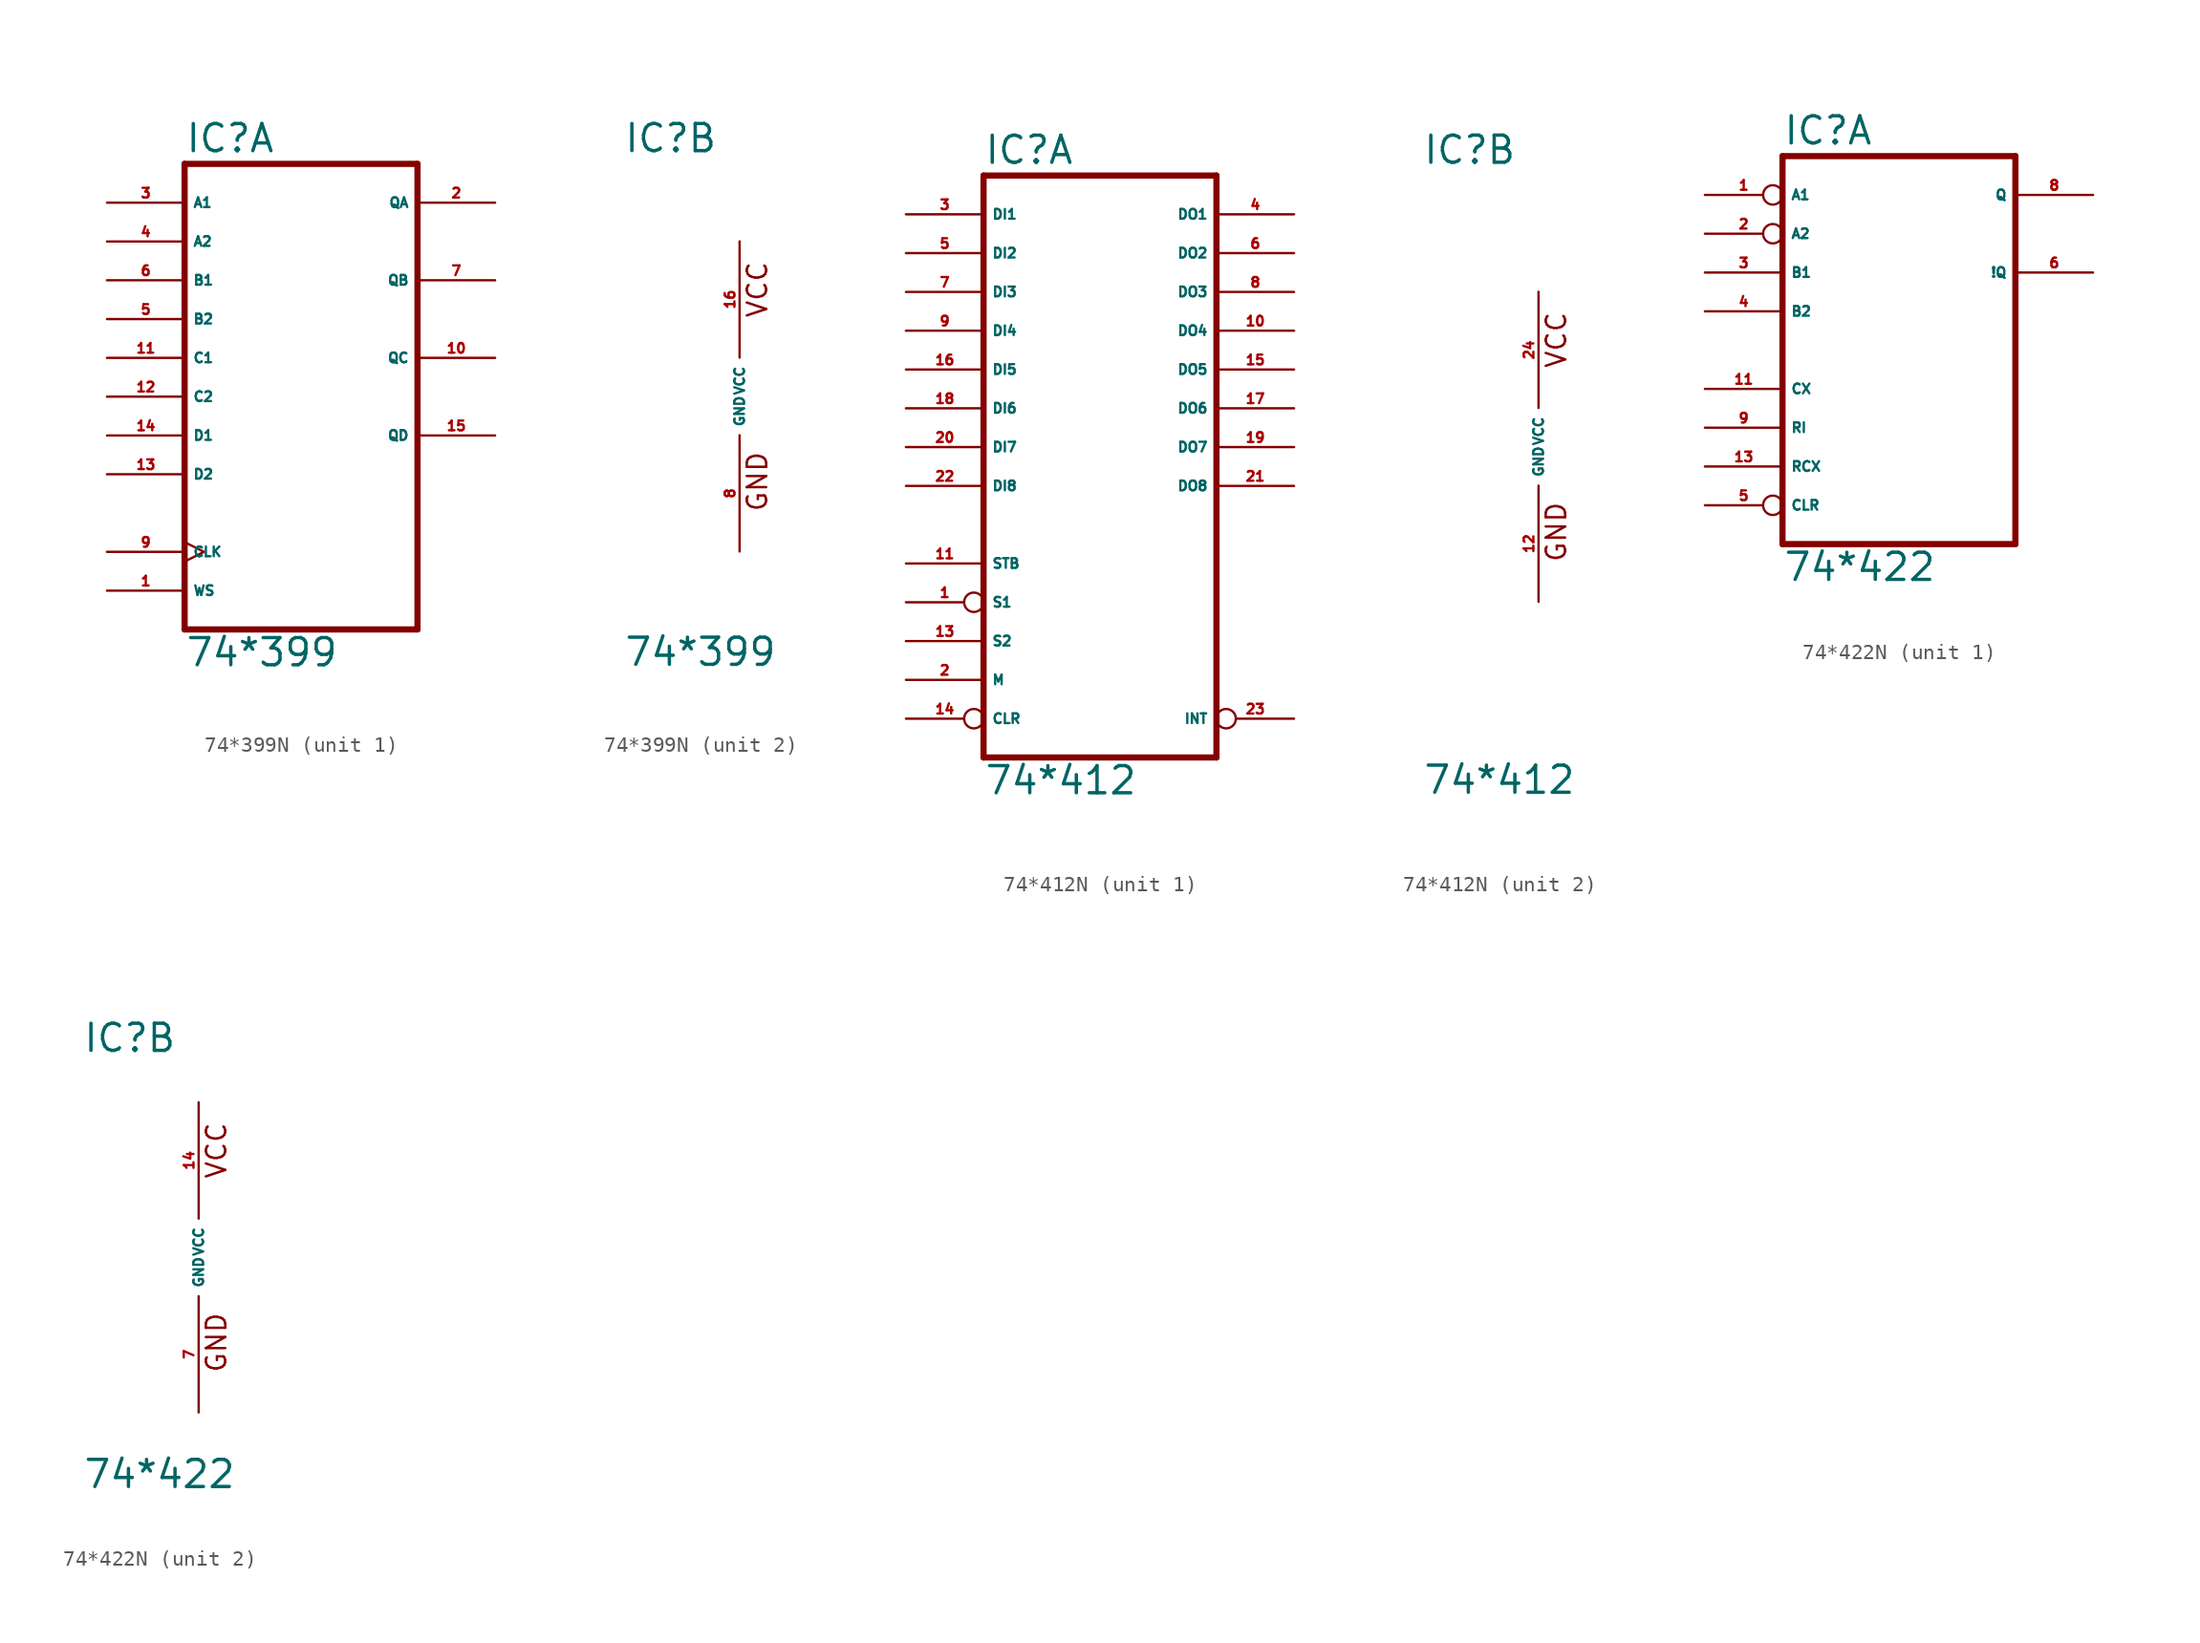
<source format=kicad_sym>
(kicad_symbol_lib
  (version 20220914)
  (generator Eagle2Kicad)
  (symbol "74*399N"
    (property "Reference" "IC"
      (at -7.62 15.875 0)
      (effects (font (size 1.778 1.778) (thickness 0.22)) (justify left bottom)))
    (property "Value" "74*399"
      (at -7.62 -17.78 0)
      (effects (font (size 1.778 1.778) (thickness 0.22)) (justify left bottom)))
    (symbol "74*399N_1_0"
      (polyline (pts (xy -7.62 -15.24) (xy 7.62 -15.24)) (stroke (width 0.406) (type default)) (fill (type none)))
      (polyline (pts (xy 7.62 -15.24) (xy 7.62 15.24)) (stroke (width 0.406) (type default)) (fill (type none)))
      (polyline (pts (xy 7.62 15.24) (xy -7.62 15.24)) (stroke (width 0.406) (type default)) (fill (type none)))
      (polyline (pts (xy -7.62 15.24) (xy -7.62 -15.24)) (stroke (width 0.406) (type default)) (fill (type none)))
      (pin input line (at -12.7 -12.7 0) (length 5.08) (name "WS" (effects (font (size 0.635 0.635) (thickness 0.08)) (justify left bottom))) (number "1" (effects (font (size 0.635 0.635) (thickness 0.08)) (justify left bottom))))
      (pin output line (at 12.7 12.7 180) (length 5.08) (name "QA" (effects (font (size 0.635 0.635) (thickness 0.08)) (justify left bottom))) (number "2" (effects (font (size 0.635 0.635) (thickness 0.08)) (justify left bottom))))
      (pin input line (at -12.7 12.7 0) (length 5.08) (name "A1" (effects (font (size 0.635 0.635) (thickness 0.08)) (justify left bottom))) (number "3" (effects (font (size 0.635 0.635) (thickness 0.08)) (justify left bottom))))
      (pin input line (at -12.7 10.16 0) (length 5.08) (name "A2" (effects (font (size 0.635 0.635) (thickness 0.08)) (justify left bottom))) (number "4" (effects (font (size 0.635 0.635) (thickness 0.08)) (justify left bottom))))
      (pin input line (at -12.7 5.08 0) (length 5.08) (name "B2" (effects (font (size 0.635 0.635) (thickness 0.08)) (justify left bottom))) (number "5" (effects (font (size 0.635 0.635) (thickness 0.08)) (justify left bottom))))
      (pin input line (at -12.7 7.62 0) (length 5.08) (name "B1" (effects (font (size 0.635 0.635) (thickness 0.08)) (justify left bottom))) (number "6" (effects (font (size 0.635 0.635) (thickness 0.08)) (justify left bottom))))
      (pin output line (at 12.7 7.62 180) (length 5.08) (name "QB" (effects (font (size 0.635 0.635) (thickness 0.08)) (justify left bottom))) (number "7" (effects (font (size 0.635 0.635) (thickness 0.08)) (justify left bottom))))
      (pin input clock (at -12.7 -10.16 0) (length 5.08) (name "CLK" (effects (font (size 0.635 0.635) (thickness 0.08)) (justify left bottom))) (number "9" (effects (font (size 0.635 0.635) (thickness 0.08)) (justify left bottom))))
      (pin output line (at 12.7 2.54 180) (length 5.08) (name "QC" (effects (font (size 0.635 0.635) (thickness 0.08)) (justify left bottom))) (number "10" (effects (font (size 0.635 0.635) (thickness 0.08)) (justify left bottom))))
      (pin input line (at -12.7 2.54 0) (length 5.08) (name "C1" (effects (font (size 0.635 0.635) (thickness 0.08)) (justify left bottom))) (number "11" (effects (font (size 0.635 0.635) (thickness 0.08)) (justify left bottom))))
      (pin input line (at -12.7 0 0) (length 5.08) (name "C2" (effects (font (size 0.635 0.635) (thickness 0.08)) (justify left bottom))) (number "12" (effects (font (size 0.635 0.635) (thickness 0.08)) (justify left bottom))))
      (pin input line (at -12.7 -5.08 0) (length 5.08) (name "D2" (effects (font (size 0.635 0.635) (thickness 0.08)) (justify left bottom))) (number "13" (effects (font (size 0.635 0.635) (thickness 0.08)) (justify left bottom))))
      (pin input line (at -12.7 -2.54 0) (length 5.08) (name "D1" (effects (font (size 0.635 0.635) (thickness 0.08)) (justify left bottom))) (number "14" (effects (font (size 0.635 0.635) (thickness 0.08)) (justify left bottom))))
      (pin output line (at 12.7 -2.54 180) (length 5.08) (name "QD" (effects (font (size 0.635 0.635) (thickness 0.08)) (justify left bottom))) (number "15" (effects (font (size 0.635 0.635) (thickness 0.08)) (justify left bottom)))))
    (symbol "74*399N_2_0"
      (text "GND" (at 1.905 -7.62 900) (effects (font (size 1.27 1.27) (thickness 0.16)) (justify left bottom)))
      (text "VCC" (at 1.905 5.08 900) (effects (font (size 1.27 1.27) (thickness 0.16)) (justify left bottom)))
      (pin unspecified line (at 0 -10.16 90) (length 7.62) (name "GND" (effects (font (size 0.635 0.635) (thickness 0.08)) (justify left bottom))) (number "8" (effects (font (size 0.635 0.635) (thickness 0.08)) (justify left bottom))))
      (pin unspecified line (at 0 10.16 270) (length 7.62) (name "VCC" (effects (font (size 0.635 0.635) (thickness 0.08)) (justify left bottom))) (number "16" (effects (font (size 0.635 0.635) (thickness 0.08)) (justify left bottom))))))
  (symbol "74*412N"
    (property "Reference" "IC"
      (at -7.62 18.415 0)
      (effects (font (size 1.778 1.778) (thickness 0.22)) (justify left bottom)))
    (property "Value" "74*412"
      (at -7.62 -22.86 0)
      (effects (font (size 1.778 1.778) (thickness 0.22)) (justify left bottom)))
    (symbol "74*412N_1_0"
      (polyline (pts (xy -7.62 -20.32) (xy 7.62 -20.32)) (stroke (width 0.406) (type default)) (fill (type none)))
      (polyline (pts (xy 7.62 -20.32) (xy 7.62 17.78)) (stroke (width 0.406) (type default)) (fill (type none)))
      (polyline (pts (xy 7.62 17.78) (xy -7.62 17.78)) (stroke (width 0.406) (type default)) (fill (type none)))
      (polyline (pts (xy -7.62 17.78) (xy -7.62 -20.32)) (stroke (width 0.406) (type default)) (fill (type none)))
      (pin input inverted (at -12.7 -10.16 0) (length 5.08) (name "S1" (effects (font (size 0.635 0.635) (thickness 0.08)) (justify left bottom))) (number "1" (effects (font (size 0.635 0.635) (thickness 0.08)) (justify left bottom))))
      (pin input line (at -12.7 -15.24 0) (length 5.08) (name "M" (effects (font (size 0.635 0.635) (thickness 0.08)) (justify left bottom))) (number "2" (effects (font (size 0.635 0.635) (thickness 0.08)) (justify left bottom))))
      (pin input line (at -12.7 15.24 0) (length 5.08) (name "DI1" (effects (font (size 0.635 0.635) (thickness 0.08)) (justify left bottom))) (number "3" (effects (font (size 0.635 0.635) (thickness 0.08)) (justify left bottom))))
      (pin tri_state line (at 12.7 15.24 180) (length 5.08) (name "DO1" (effects (font (size 0.635 0.635) (thickness 0.08)) (justify left bottom))) (number "4" (effects (font (size 0.635 0.635) (thickness 0.08)) (justify left bottom))))
      (pin input line (at -12.7 12.7 0) (length 5.08) (name "DI2" (effects (font (size 0.635 0.635) (thickness 0.08)) (justify left bottom))) (number "5" (effects (font (size 0.635 0.635) (thickness 0.08)) (justify left bottom))))
      (pin tri_state line (at 12.7 12.7 180) (length 5.08) (name "DO2" (effects (font (size 0.635 0.635) (thickness 0.08)) (justify left bottom))) (number "6" (effects (font (size 0.635 0.635) (thickness 0.08)) (justify left bottom))))
      (pin input line (at -12.7 10.16 0) (length 5.08) (name "DI3" (effects (font (size 0.635 0.635) (thickness 0.08)) (justify left bottom))) (number "7" (effects (font (size 0.635 0.635) (thickness 0.08)) (justify left bottom))))
      (pin tri_state line (at 12.7 10.16 180) (length 5.08) (name "DO3" (effects (font (size 0.635 0.635) (thickness 0.08)) (justify left bottom))) (number "8" (effects (font (size 0.635 0.635) (thickness 0.08)) (justify left bottom))))
      (pin input line (at -12.7 7.62 0) (length 5.08) (name "DI4" (effects (font (size 0.635 0.635) (thickness 0.08)) (justify left bottom))) (number "9" (effects (font (size 0.635 0.635) (thickness 0.08)) (justify left bottom))))
      (pin tri_state line (at 12.7 7.62 180) (length 5.08) (name "DO4" (effects (font (size 0.635 0.635) (thickness 0.08)) (justify left bottom))) (number "10" (effects (font (size 0.635 0.635) (thickness 0.08)) (justify left bottom))))
      (pin input line (at -12.7 -7.62 0) (length 5.08) (name "STB" (effects (font (size 0.635 0.635) (thickness 0.08)) (justify left bottom))) (number "11" (effects (font (size 0.635 0.635) (thickness 0.08)) (justify left bottom))))
      (pin input line (at -12.7 -12.7 0) (length 5.08) (name "S2" (effects (font (size 0.635 0.635) (thickness 0.08)) (justify left bottom))) (number "13" (effects (font (size 0.635 0.635) (thickness 0.08)) (justify left bottom))))
      (pin input inverted (at -12.7 -17.78 0) (length 5.08) (name "CLR" (effects (font (size 0.635 0.635) (thickness 0.08)) (justify left bottom))) (number "14" (effects (font (size 0.635 0.635) (thickness 0.08)) (justify left bottom))))
      (pin tri_state line (at 12.7 5.08 180) (length 5.08) (name "DO5" (effects (font (size 0.635 0.635) (thickness 0.08)) (justify left bottom))) (number "15" (effects (font (size 0.635 0.635) (thickness 0.08)) (justify left bottom))))
      (pin input line (at -12.7 5.08 0) (length 5.08) (name "DI5" (effects (font (size 0.635 0.635) (thickness 0.08)) (justify left bottom))) (number "16" (effects (font (size 0.635 0.635) (thickness 0.08)) (justify left bottom))))
      (pin tri_state line (at 12.7 2.54 180) (length 5.08) (name "DO6" (effects (font (size 0.635 0.635) (thickness 0.08)) (justify left bottom))) (number "17" (effects (font (size 0.635 0.635) (thickness 0.08)) (justify left bottom))))
      (pin input line (at -12.7 2.54 0) (length 5.08) (name "DI6" (effects (font (size 0.635 0.635) (thickness 0.08)) (justify left bottom))) (number "18" (effects (font (size 0.635 0.635) (thickness 0.08)) (justify left bottom))))
      (pin tri_state line (at 12.7 0 180) (length 5.08) (name "DO7" (effects (font (size 0.635 0.635) (thickness 0.08)) (justify left bottom))) (number "19" (effects (font (size 0.635 0.635) (thickness 0.08)) (justify left bottom))))
      (pin input line (at -12.7 0 0) (length 5.08) (name "DI7" (effects (font (size 0.635 0.635) (thickness 0.08)) (justify left bottom))) (number "20" (effects (font (size 0.635 0.635) (thickness 0.08)) (justify left bottom))))
      (pin tri_state line (at 12.7 -2.54 180) (length 5.08) (name "DO8" (effects (font (size 0.635 0.635) (thickness 0.08)) (justify left bottom))) (number "21" (effects (font (size 0.635 0.635) (thickness 0.08)) (justify left bottom))))
      (pin input line (at -12.7 -2.54 0) (length 5.08) (name "DI8" (effects (font (size 0.635 0.635) (thickness 0.08)) (justify left bottom))) (number "22" (effects (font (size 0.635 0.635) (thickness 0.08)) (justify left bottom))))
      (pin output inverted (at 12.7 -17.78 180) (length 5.08) (name "INT" (effects (font (size 0.635 0.635) (thickness 0.08)) (justify left bottom))) (number "23" (effects (font (size 0.635 0.635) (thickness 0.08)) (justify left bottom)))))
    (symbol "74*412N_2_0"
      (text "GND" (at 1.905 -7.62 900) (effects (font (size 1.27 1.27) (thickness 0.16)) (justify left bottom)))
      (text "VCC" (at 1.905 5.08 900) (effects (font (size 1.27 1.27) (thickness 0.16)) (justify left bottom)))
      (pin unspecified line (at 0 -10.16 90) (length 7.62) (name "GND" (effects (font (size 0.635 0.635) (thickness 0.08)) (justify left bottom))) (number "12" (effects (font (size 0.635 0.635) (thickness 0.08)) (justify left bottom))))
      (pin unspecified line (at 0 10.16 270) (length 7.62) (name "VCC" (effects (font (size 0.635 0.635) (thickness 0.08)) (justify left bottom))) (number "24" (effects (font (size 0.635 0.635) (thickness 0.08)) (justify left bottom))))))
  (symbol "74*422N"
    (property "Reference" "IC"
      (at -7.62 13.335 0)
      (effects (font (size 1.778 1.778) (thickness 0.22)) (justify left bottom)))
    (property "Value" "74*422"
      (at -7.62 -15.24 0)
      (effects (font (size 1.778 1.778) (thickness 0.22)) (justify left bottom)))
    (symbol "74*422N_1_0"
      (polyline (pts (xy -7.62 -12.7) (xy 7.62 -12.7)) (stroke (width 0.406) (type default)) (fill (type none)))
      (polyline (pts (xy 7.62 -12.7) (xy 7.62 12.7)) (stroke (width 0.406) (type default)) (fill (type none)))
      (polyline (pts (xy 7.62 12.7) (xy -7.62 12.7)) (stroke (width 0.406) (type default)) (fill (type none)))
      (polyline (pts (xy -7.62 12.7) (xy -7.62 -12.7)) (stroke (width 0.406) (type default)) (fill (type none)))
      (pin input inverted (at -12.7 10.16 0) (length 5.08) (name "A1" (effects (font (size 0.635 0.635) (thickness 0.08)) (justify left bottom))) (number "1" (effects (font (size 0.635 0.635) (thickness 0.08)) (justify left bottom))))
      (pin input inverted (at -12.7 7.62 0) (length 5.08) (name "A2" (effects (font (size 0.635 0.635) (thickness 0.08)) (justify left bottom))) (number "2" (effects (font (size 0.635 0.635) (thickness 0.08)) (justify left bottom))))
      (pin input line (at -12.7 5.08 0) (length 5.08) (name "B1" (effects (font (size 0.635 0.635) (thickness 0.08)) (justify left bottom))) (number "3" (effects (font (size 0.635 0.635) (thickness 0.08)) (justify left bottom))))
      (pin input line (at -12.7 2.54 0) (length 5.08) (name "B2" (effects (font (size 0.635 0.635) (thickness 0.08)) (justify left bottom))) (number "4" (effects (font (size 0.635 0.635) (thickness 0.08)) (justify left bottom))))
      (pin input inverted (at -12.7 -10.16 0) (length 5.08) (name "CLR" (effects (font (size 0.635 0.635) (thickness 0.08)) (justify left bottom))) (number "5" (effects (font (size 0.635 0.635) (thickness 0.08)) (justify left bottom))))
      (pin output line (at 12.7 5.08 180) (length 5.08) (name "!Q" (effects (font (size 0.635 0.635) (thickness 0.08)) (justify left bottom))) (number "6" (effects (font (size 0.635 0.635) (thickness 0.08)) (justify left bottom))))
      (pin output line (at 12.7 10.16 180) (length 5.08) (name "Q" (effects (font (size 0.635 0.635) (thickness 0.08)) (justify left bottom))) (number "8" (effects (font (size 0.635 0.635) (thickness 0.08)) (justify left bottom))))
      (pin input line (at -12.7 -5.08 0) (length 5.08) (name "RI" (effects (font (size 0.635 0.635) (thickness 0.08)) (justify left bottom))) (number "9" (effects (font (size 0.635 0.635) (thickness 0.08)) (justify left bottom))))
      (pin input line (at -12.7 -2.54 0) (length 5.08) (name "CX" (effects (font (size 0.635 0.635) (thickness 0.08)) (justify left bottom))) (number "11" (effects (font (size 0.635 0.635) (thickness 0.08)) (justify left bottom))))
      (pin input line (at -12.7 -7.62 0) (length 5.08) (name "RCX" (effects (font (size 0.635 0.635) (thickness 0.08)) (justify left bottom))) (number "13" (effects (font (size 0.635 0.635) (thickness 0.08)) (justify left bottom)))))
    (symbol "74*422N_2_0"
      (text "GND" (at 1.905 -7.62 900) (effects (font (size 1.27 1.27) (thickness 0.16)) (justify left bottom)))
      (text "VCC" (at 1.905 5.08 900) (effects (font (size 1.27 1.27) (thickness 0.16)) (justify left bottom)))
      (pin unspecified line (at 0 -10.16 90) (length 7.62) (name "GND" (effects (font (size 0.635 0.635) (thickness 0.08)) (justify left bottom))) (number "7" (effects (font (size 0.635 0.635) (thickness 0.08)) (justify left bottom))))
      (pin unspecified line (at 0 10.16 270) (length 7.62) (name "VCC" (effects (font (size 0.635 0.635) (thickness 0.08)) (justify left bottom))) (number "14" (effects (font (size 0.635 0.635) (thickness 0.08)) (justify left bottom)))))))
</source>
